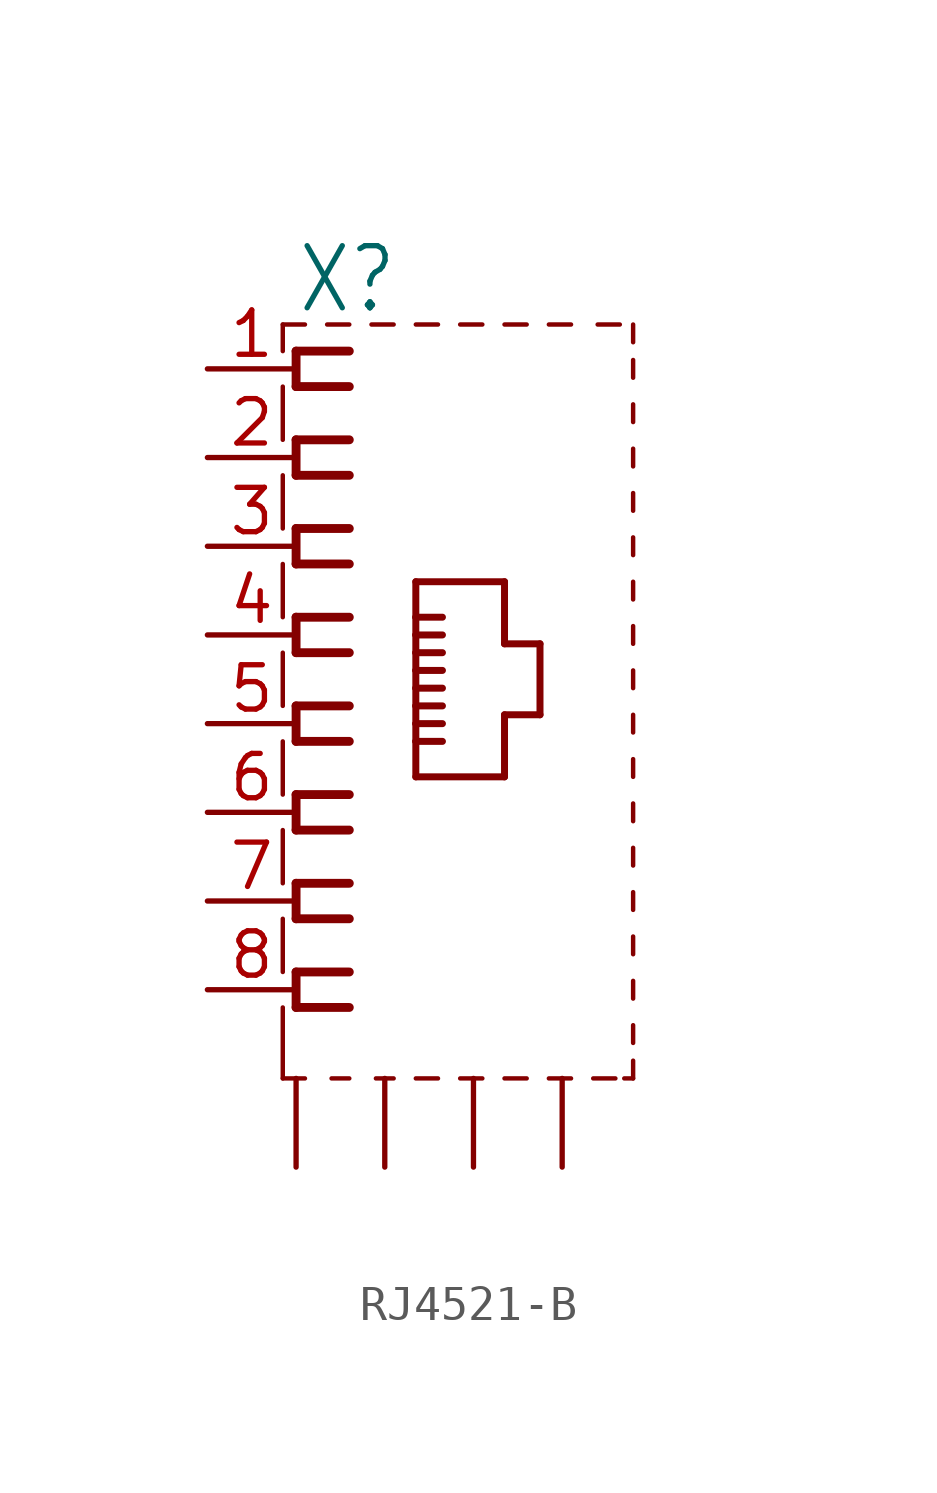
<source format=kicad_sym>
(kicad_symbol_lib
  (version 20220914)
  (generator kicad_symbol_editor)
  (symbol "RJ4521-B"
    (property "Reference" "X"
      (at -5.08 11.684 0)
      (effects (font (size 1.778 1.511)) (justify left bottom)))
    (property "Value" ""
      (at 7.62 -10.16 90)
      (effects (font (size 1.778 1.511)) (justify left bottom)))
    (property "ki_locked" ""
      (at 0 0 0)
      (effects (font (size 1.27 1.27))))
    (symbol "RJ4521-B_1_0"
      (polyline (pts (xy -5.461 -10.16) (xy -4.826 -10.16)) (stroke (width 0.127) (type solid)) (fill (type none)))
      (polyline (pts (xy -5.461 -8.128) (xy -5.461 -10.16)) (stroke (width 0.127) (type solid)) (fill (type none)))
      (polyline (pts (xy -5.461 -5.588) (xy -5.461 -7.112)) (stroke (width 0.127) (type solid)) (fill (type none)))
      (polyline (pts (xy -5.461 -3.048) (xy -5.461 -4.572)) (stroke (width 0.127) (type solid)) (fill (type none)))
      (polyline (pts (xy -5.461 -0.508) (xy -5.461 -2.032)) (stroke (width 0.127) (type solid)) (fill (type none)))
      (polyline (pts (xy -5.461 2.032) (xy -5.461 0.508)) (stroke (width 0.127) (type solid)) (fill (type none)))
      (polyline (pts (xy -5.461 4.572) (xy -5.461 3.048)) (stroke (width 0.127) (type solid)) (fill (type none)))
      (polyline (pts (xy -5.461 7.112) (xy -5.461 5.588)) (stroke (width 0.127) (type solid)) (fill (type none)))
      (polyline (pts (xy -5.461 9.652) (xy -5.461 8.128)) (stroke (width 0.127) (type solid)) (fill (type none)))
      (polyline (pts (xy -5.461 11.43) (xy -5.461 10.668)) (stroke (width 0.127) (type solid)) (fill (type none)))
      (polyline (pts (xy -5.08 -8.128) (xy -3.556 -8.128)) (stroke (width 0.254) (type solid)) (fill (type none)))
      (polyline (pts (xy -5.08 -7.112) (xy -5.08 -8.128)) (stroke (width 0.254) (type solid)) (fill (type none)))
      (polyline (pts (xy -5.08 -5.588) (xy -3.556 -5.588)) (stroke (width 0.254) (type solid)) (fill (type none)))
      (polyline (pts (xy -5.08 -4.572) (xy -5.08 -5.588)) (stroke (width 0.254) (type solid)) (fill (type none)))
      (polyline (pts (xy -5.08 -3.048) (xy -3.556 -3.048)) (stroke (width 0.254) (type solid)) (fill (type none)))
      (polyline (pts (xy -5.08 -2.032) (xy -5.08 -3.048)) (stroke (width 0.254) (type solid)) (fill (type none)))
      (polyline (pts (xy -5.08 -0.508) (xy -3.556 -0.508)) (stroke (width 0.254) (type solid)) (fill (type none)))
      (polyline (pts (xy -5.08 0.508) (xy -5.08 -0.508)) (stroke (width 0.254) (type solid)) (fill (type none)))
      (polyline (pts (xy -5.08 2.032) (xy -3.556 2.032)) (stroke (width 0.254) (type solid)) (fill (type none)))
      (polyline (pts (xy -5.08 3.048) (xy -5.08 2.032)) (stroke (width 0.254) (type solid)) (fill (type none)))
      (polyline (pts (xy -5.08 4.572) (xy -3.556 4.572)) (stroke (width 0.254) (type solid)) (fill (type none)))
      (polyline (pts (xy -5.08 5.588) (xy -5.08 4.572)) (stroke (width 0.254) (type solid)) (fill (type none)))
      (polyline (pts (xy -5.08 7.112) (xy -3.556 7.112)) (stroke (width 0.254) (type solid)) (fill (type none)))
      (polyline (pts (xy -5.08 8.128) (xy -5.08 7.112)) (stroke (width 0.254) (type solid)) (fill (type none)))
      (polyline (pts (xy -5.08 9.652) (xy -3.556 9.652)) (stroke (width 0.254) (type solid)) (fill (type none)))
      (polyline (pts (xy -5.08 10.668) (xy -5.08 9.652)) (stroke (width 0.254) (type solid)) (fill (type none)))
      (polyline (pts (xy -4.826 11.43) (xy -5.461 11.43)) (stroke (width 0.127) (type solid)) (fill (type none)))
      (polyline (pts (xy -4.064 -10.16) (xy -3.556 -10.16)) (stroke (width 0.127) (type solid)) (fill (type none)))
      (polyline (pts (xy -3.556 -7.112) (xy -5.08 -7.112)) (stroke (width 0.254) (type solid)) (fill (type none)))
      (polyline (pts (xy -3.556 -4.572) (xy -5.08 -4.572)) (stroke (width 0.254) (type solid)) (fill (type none)))
      (polyline (pts (xy -3.556 -2.032) (xy -5.08 -2.032)) (stroke (width 0.254) (type solid)) (fill (type none)))
      (polyline (pts (xy -3.556 0.508) (xy -5.08 0.508)) (stroke (width 0.254) (type solid)) (fill (type none)))
      (polyline (pts (xy -3.556 3.048) (xy -5.08 3.048)) (stroke (width 0.254) (type solid)) (fill (type none)))
      (polyline (pts (xy -3.556 5.588) (xy -5.08 5.588)) (stroke (width 0.254) (type solid)) (fill (type none)))
      (polyline (pts (xy -3.556 8.128) (xy -5.08 8.128)) (stroke (width 0.254) (type solid)) (fill (type none)))
      (polyline (pts (xy -3.556 10.668) (xy -5.08 10.668)) (stroke (width 0.254) (type solid)) (fill (type none)))
      (polyline (pts (xy -3.556 11.43) (xy -4.191 11.43)) (stroke (width 0.127) (type solid)) (fill (type none)))
      (polyline (pts (xy -2.794 -10.16) (xy -2.286 -10.16)) (stroke (width 0.127) (type solid)) (fill (type none)))
      (polyline (pts (xy -2.286 11.43) (xy -2.921 11.43)) (stroke (width 0.127) (type solid)) (fill (type none)))
      (polyline (pts (xy -1.651 -1.524) (xy 0.889 -1.524)) (stroke (width 0.2) (type solid)) (fill (type none)))
      (polyline (pts (xy -1.651 -0.508) (xy -1.651 -1.524)) (stroke (width 0.2) (type solid)) (fill (type none)))
      (polyline (pts (xy -1.651 -0.508) (xy -0.889 -0.508)) (stroke (width 0.2) (type solid)) (fill (type none)))
      (polyline (pts (xy -1.651 0) (xy -1.651 -0.508)) (stroke (width 0.2) (type solid)) (fill (type none)))
      (polyline (pts (xy -1.651 0) (xy -0.889 0)) (stroke (width 0.2) (type solid)) (fill (type none)))
      (polyline (pts (xy -1.651 0.508) (xy -1.651 0)) (stroke (width 0.2) (type solid)) (fill (type none)))
      (polyline (pts (xy -1.651 0.508) (xy -0.889 0.508)) (stroke (width 0.2) (type solid)) (fill (type none)))
      (polyline (pts (xy -1.651 1.016) (xy -1.651 0.508)) (stroke (width 0.2) (type solid)) (fill (type none)))
      (polyline (pts (xy -1.651 1.016) (xy -0.889 1.016)) (stroke (width 0.2) (type solid)) (fill (type none)))
      (polyline (pts (xy -1.651 1.524) (xy -1.651 1.016)) (stroke (width 0.2) (type solid)) (fill (type none)))
      (polyline (pts (xy -1.651 1.524) (xy -0.889 1.524)) (stroke (width 0.2) (type solid)) (fill (type none)))
      (polyline (pts (xy -1.651 2.032) (xy -1.651 1.524)) (stroke (width 0.2) (type solid)) (fill (type none)))
      (polyline (pts (xy -1.651 2.032) (xy -0.889 2.032)) (stroke (width 0.2) (type solid)) (fill (type none)))
      (polyline (pts (xy -1.651 2.54) (xy -1.651 2.032)) (stroke (width 0.2) (type solid)) (fill (type none)))
      (polyline (pts (xy -1.651 2.54) (xy -0.889 2.54)) (stroke (width 0.2) (type solid)) (fill (type none)))
      (polyline (pts (xy -1.651 3.048) (xy -1.651 2.54)) (stroke (width 0.2) (type solid)) (fill (type none)))
      (polyline (pts (xy -1.651 3.048) (xy -0.889 3.048)) (stroke (width 0.2) (type solid)) (fill (type none)))
      (polyline (pts (xy -1.651 4.064) (xy -1.651 3.048)) (stroke (width 0.2) (type solid)) (fill (type none)))
      (polyline (pts (xy -1.016 -10.16) (xy -1.651 -10.16)) (stroke (width 0.127) (type solid)) (fill (type none)))
      (polyline (pts (xy -1.016 11.43) (xy -1.651 11.43)) (stroke (width 0.127) (type solid)) (fill (type none)))
      (polyline (pts (xy 0.254 -10.16) (xy -0.381 -10.16)) (stroke (width 0.127) (type solid)) (fill (type none)))
      (polyline (pts (xy 0.254 11.43) (xy -0.381 11.43)) (stroke (width 0.127) (type solid)) (fill (type none)))
      (polyline (pts (xy 0.889 -1.524) (xy 0.889 0.254)) (stroke (width 0.2) (type solid)) (fill (type none)))
      (polyline (pts (xy 0.889 0.254) (xy 1.905 0.254)) (stroke (width 0.2) (type solid)) (fill (type none)))
      (polyline (pts (xy 0.889 2.286) (xy 0.889 4.064)) (stroke (width 0.2) (type solid)) (fill (type none)))
      (polyline (pts (xy 0.889 4.064) (xy -1.651 4.064)) (stroke (width 0.2) (type solid)) (fill (type none)))
      (polyline (pts (xy 1.524 -10.16) (xy 0.889 -10.16)) (stroke (width 0.127) (type solid)) (fill (type none)))
      (polyline (pts (xy 1.524 11.43) (xy 0.889 11.43)) (stroke (width 0.127) (type solid)) (fill (type none)))
      (polyline (pts (xy 1.905 0.254) (xy 1.905 2.286)) (stroke (width 0.2) (type solid)) (fill (type none)))
      (polyline (pts (xy 1.905 2.286) (xy 0.889 2.286)) (stroke (width 0.2) (type solid)) (fill (type none)))
      (polyline (pts (xy 2.794 -10.16) (xy 2.159 -10.16)) (stroke (width 0.127) (type solid)) (fill (type none)))
      (polyline (pts (xy 2.794 11.43) (xy 2.159 11.43)) (stroke (width 0.127) (type solid)) (fill (type none)))
      (polyline (pts (xy 3.556 11.43) (xy 4.191 11.43)) (stroke (width 0.127) (type solid)) (fill (type none)))
      (polyline (pts (xy 4.064 -10.16) (xy 3.429 -10.16)) (stroke (width 0.127) (type solid)) (fill (type none)))
      (polyline (pts (xy 4.318 -10.16) (xy 4.572 -10.16)) (stroke (width 0.127) (type solid)) (fill (type none)))
      (polyline (pts (xy 4.572 -10.16) (xy 4.572 -9.652)) (stroke (width 0.127) (type solid)) (fill (type none)))
      (polyline (pts (xy 4.572 -9.144) (xy 4.572 -8.636)) (stroke (width 0.127) (type solid)) (fill (type none)))
      (polyline (pts (xy 4.572 -7.874) (xy 4.572 -7.366)) (stroke (width 0.127) (type solid)) (fill (type none)))
      (polyline (pts (xy 4.572 -6.604) (xy 4.572 -6.096)) (stroke (width 0.127) (type solid)) (fill (type none)))
      (polyline (pts (xy 4.572 -5.334) (xy 4.572 -4.826)) (stroke (width 0.127) (type solid)) (fill (type none)))
      (polyline (pts (xy 4.572 -4.064) (xy 4.572 -3.556)) (stroke (width 0.127) (type solid)) (fill (type none)))
      (polyline (pts (xy 4.572 -2.794) (xy 4.572 -2.286)) (stroke (width 0.127) (type solid)) (fill (type none)))
      (polyline (pts (xy 4.572 -1.524) (xy 4.572 -1.016)) (stroke (width 0.127) (type solid)) (fill (type none)))
      (polyline (pts (xy 4.572 -0.254) (xy 4.572 0.254)) (stroke (width 0.127) (type solid)) (fill (type none)))
      (polyline (pts (xy 4.572 1.016) (xy 4.572 1.524)) (stroke (width 0.127) (type solid)) (fill (type none)))
      (polyline (pts (xy 4.572 2.286) (xy 4.572 2.794)) (stroke (width 0.127) (type solid)) (fill (type none)))
      (polyline (pts (xy 4.572 3.556) (xy 4.572 4.064)) (stroke (width 0.127) (type solid)) (fill (type none)))
      (polyline (pts (xy 4.572 4.826) (xy 4.572 5.334)) (stroke (width 0.127) (type solid)) (fill (type none)))
      (polyline (pts (xy 4.572 6.096) (xy 4.572 6.604)) (stroke (width 0.127) (type solid)) (fill (type none)))
      (polyline (pts (xy 4.572 7.366) (xy 4.572 7.874)) (stroke (width 0.127) (type solid)) (fill (type none)))
      (polyline (pts (xy 4.572 8.636) (xy 4.572 9.144)) (stroke (width 0.127) (type solid)) (fill (type none)))
      (polyline (pts (xy 4.572 9.906) (xy 4.572 10.414)) (stroke (width 0.127) (type solid)) (fill (type none)))
      (polyline (pts (xy 4.572 10.922) (xy 4.572 11.43)) (stroke (width 0.127) (type solid)) (fill (type none)))
      (pin passive line (at -7.62 10.16 0) (length 2.54) (name "1" (effects (font (size 0 0)))) (number "1" (effects (font (size 1.27 1.27)))))
      (pin passive line (at -7.62 7.62 0) (length 2.54) (name "2" (effects (font (size 0 0)))) (number "2" (effects (font (size 1.27 1.27)))))
      (pin passive line (at -7.62 5.08 0) (length 2.54) (name "3" (effects (font (size 0 0)))) (number "3" (effects (font (size 1.27 1.27)))))
      (pin passive line (at -7.62 2.54 0) (length 2.54) (name "4" (effects (font (size 0 0)))) (number "4" (effects (font (size 1.27 1.27)))))
      (pin passive line (at -7.62 0 0) (length 2.54) (name "5" (effects (font (size 0 0)))) (number "5" (effects (font (size 1.27 1.27)))))
      (pin passive line (at -7.62 -2.54 0) (length 2.54) (name "6" (effects (font (size 0 0)))) (number "6" (effects (font (size 1.27 1.27)))))
      (pin passive line (at -7.62 -5.08 0) (length 2.54) (name "7" (effects (font (size 0 0)))) (number "7" (effects (font (size 1.27 1.27)))))
      (pin passive line (at -7.62 -7.62 0) (length 2.54) (name "8" (effects (font (size 0 0)))) (number "8" (effects (font (size 1.27 1.27)))))
      (pin passive line (at -5.08 -12.7 90) (length 2.54) (name "S@1" (effects (font (size 0 0)))) (number "S1" (effects (font (size 0 0)))))
      (pin passive line (at -2.54 -12.7 90) (length 2.54) (name "S@2" (effects (font (size 0 0)))) (number "S2" (effects (font (size 0 0)))))
      (pin passive line (at 0 -12.7 90) (length 2.54) (name "S@3" (effects (font (size 0 0)))) (number "S3" (effects (font (size 0 0)))))
      (pin passive line (at 2.54 -12.7 90) (length 2.54) (name "S@4" (effects (font (size 0 0)))) (number "S4" (effects (font (size 0 0))))))))
</source>
